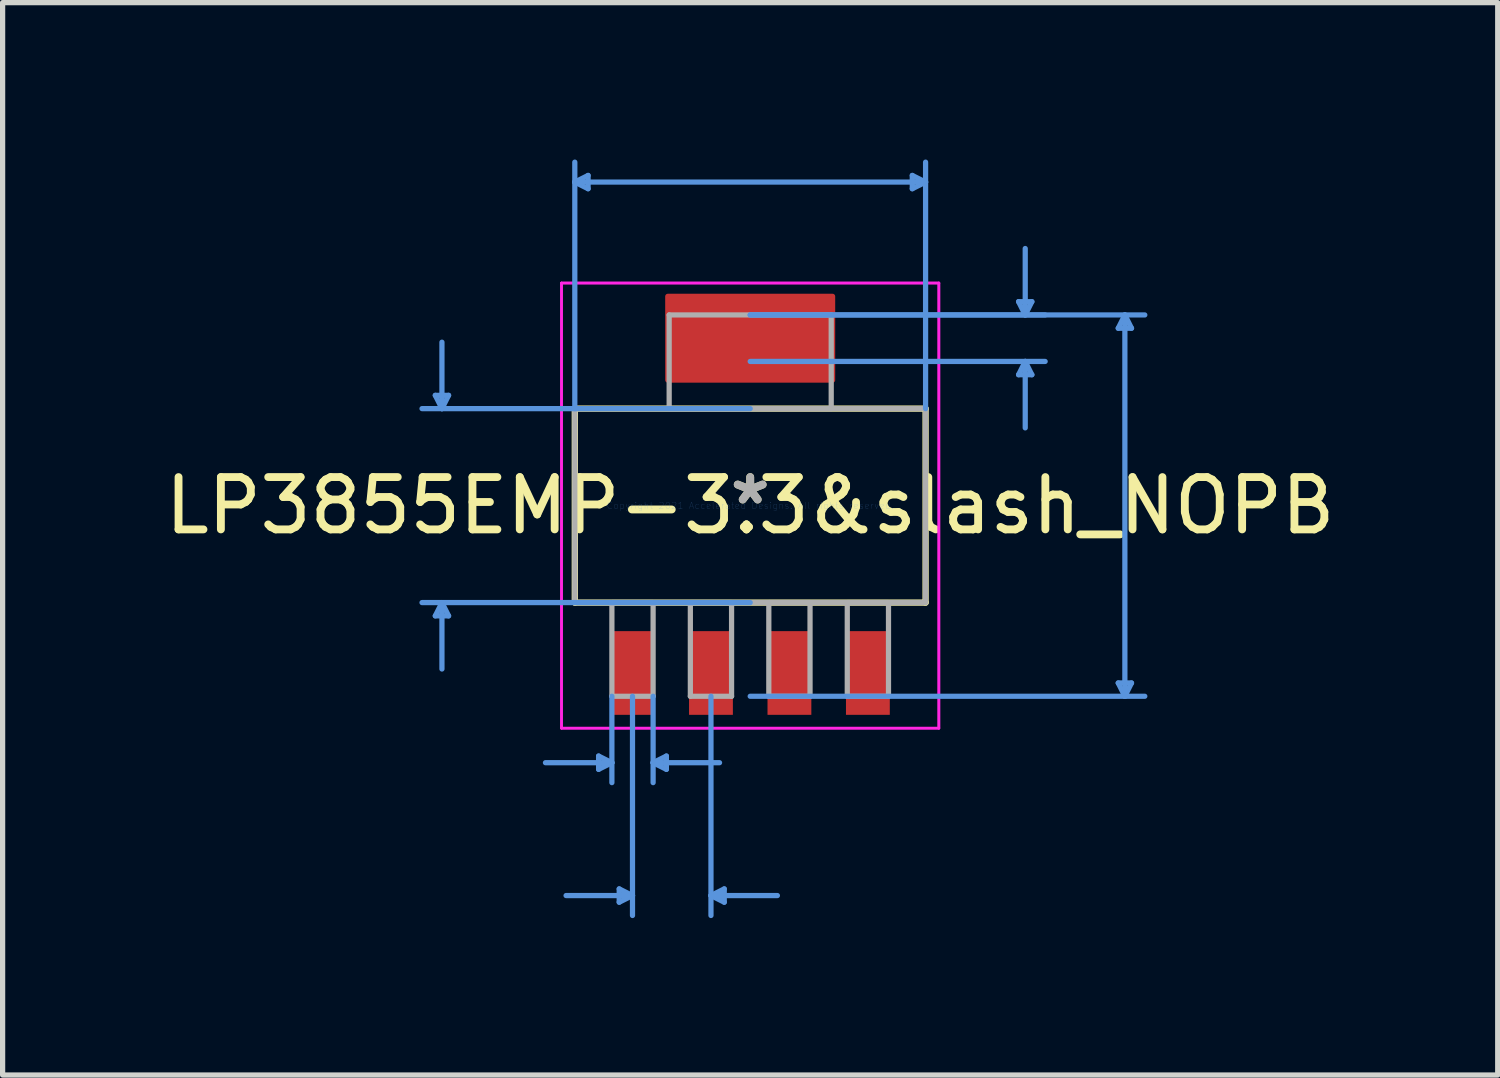
<source format=kicad_pcb>
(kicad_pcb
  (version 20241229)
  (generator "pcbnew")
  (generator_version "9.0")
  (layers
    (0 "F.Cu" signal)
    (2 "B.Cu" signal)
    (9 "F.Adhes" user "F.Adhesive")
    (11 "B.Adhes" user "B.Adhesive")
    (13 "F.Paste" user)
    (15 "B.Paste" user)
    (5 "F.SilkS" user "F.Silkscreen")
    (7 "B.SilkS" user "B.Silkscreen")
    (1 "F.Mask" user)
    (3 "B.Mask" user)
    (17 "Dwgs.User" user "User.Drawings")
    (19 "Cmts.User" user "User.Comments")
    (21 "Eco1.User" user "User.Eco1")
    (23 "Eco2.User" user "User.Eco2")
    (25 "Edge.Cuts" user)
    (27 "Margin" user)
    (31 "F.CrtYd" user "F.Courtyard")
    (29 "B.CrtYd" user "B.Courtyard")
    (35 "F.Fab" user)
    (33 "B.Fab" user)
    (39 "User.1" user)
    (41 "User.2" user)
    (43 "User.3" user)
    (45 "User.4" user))
  (footprint "LP3855EMP-3.3&slash_NOPB"
    (layer "F.Cu")
    (at 11.292 6.616)
    (property "Reference" "LP3855EMP-3.3&slash_NOPB" (at 0 0 0) (layer "F.SilkS") (effects (font (size 1 1) (thickness 0.15))))
    (attr through_hole)
    (fp_poly (pts (xy 1.575 -4) (xy -1.575 -4) (xy -1.575 -2.4) (xy 1.575 -2.4)) (stroke (width 0.1) (type solid)) (fill yes) (layer "F.Cu"))
    (fp_poly (pts (xy 1.6 -4.356) (xy -1.6 -4.356) (xy -1.6 -2.045) (xy 1.6 -2.045)) (stroke (width 0.1) (type solid)) (fill yes) (layer "F.Mask"))
    (fp_line (start -3.353 -1.854) (end -3.353 1.854) (stroke (width 0.12) (type solid)) (layer "F.SilkS"))
    (fp_line (start -3.353 1.854) (end 3.353 1.854) (stroke (width 0.12) (type solid)) (layer "F.SilkS"))
    (fp_line (start 3.353 -1.854) (end -3.353 -1.854) (stroke (width 0.12) (type solid)) (layer "F.SilkS"))
    (fp_line (start 3.353 1.854) (end 3.353 -1.854) (stroke (width 0.12) (type solid)) (layer "F.SilkS"))
    (fp_poly (pts (xy 1.575 -4) (xy -1.575 -4) (xy -1.575 -2.4) (xy 1.575 -2.4)) (stroke (width 0.1) (type solid)) (fill yes) (layer "F.Paste"))
    (fp_line (start -6.02 -2.108) (end -5.766 -2.108) (stroke (width 0.1) (type solid)) (layer "Cmts.User"))
    (fp_line (start -6.02 2.108) (end -5.766 2.108) (stroke (width 0.1) (type solid)) (layer "Cmts.User"))
    (fp_line (start -5.893 -1.854) (end -6.02 -2.108) (stroke (width 0.1) (type solid)) (layer "Cmts.User"))
    (fp_line (start -5.893 -1.854) (end -5.893 -3.124) (stroke (width 0.1) (type solid)) (layer "Cmts.User"))
    (fp_line (start -5.893 -1.854) (end -5.766 -2.108) (stroke (width 0.1) (type solid)) (layer "Cmts.User"))
    (fp_line (start -5.893 1.854) (end -6.02 2.108) (stroke (width 0.1) (type solid)) (layer "Cmts.User"))
    (fp_line (start -5.893 1.854) (end -5.893 3.124) (stroke (width 0.1) (type solid)) (layer "Cmts.User"))
    (fp_line (start -5.893 1.854) (end -5.766 2.108) (stroke (width 0.1) (type solid)) (layer "Cmts.User"))
    (fp_line (start -3.353 -6.185) (end -3.099 -6.312) (stroke (width 0.1) (type solid)) (layer "Cmts.User"))
    (fp_line (start -3.353 -6.185) (end -3.099 -6.058) (stroke (width 0.1) (type solid)) (layer "Cmts.User"))
    (fp_line (start -3.353 -6.185) (end 3.353 -6.185) (stroke (width 0.1) (type solid)) (layer "Cmts.User"))
    (fp_line (start -3.353 -1.854) (end -3.353 -6.566) (stroke (width 0.1) (type solid)) (layer "Cmts.User"))
    (fp_line (start -3.099 -6.312) (end -3.099 -6.058) (stroke (width 0.1) (type solid)) (layer "Cmts.User"))
    (fp_line (start -2.898 4.788) (end -2.898 5.042) (stroke (width 0.1) (type solid)) (layer "Cmts.User"))
    (fp_line (start -2.644 3.645) (end -2.644 5.296) (stroke (width 0.1) (type solid)) (layer "Cmts.User"))
    (fp_line (start -2.644 4.915) (end -3.914 4.915) (stroke (width 0.1) (type solid)) (layer "Cmts.User"))
    (fp_line (start -2.644 4.915) (end -2.898 4.788) (stroke (width 0.1) (type solid)) (layer "Cmts.User"))
    (fp_line (start -2.644 4.915) (end -2.898 5.042) (stroke (width 0.1) (type solid)) (layer "Cmts.User"))
    (fp_line (start -2.504 7.328) (end -2.504 7.582) (stroke (width 0.1) (type solid)) (layer "Cmts.User"))
    (fp_line (start -2.25 3.645) (end -2.25 7.836) (stroke (width 0.1) (type solid)) (layer "Cmts.User"))
    (fp_line (start -2.25 7.455) (end -3.52 7.455) (stroke (width 0.1) (type solid)) (layer "Cmts.User"))
    (fp_line (start -2.25 7.455) (end -2.504 7.328) (stroke (width 0.1) (type solid)) (layer "Cmts.User"))
    (fp_line (start -2.25 7.455) (end -2.504 7.582) (stroke (width 0.1) (type solid)) (layer "Cmts.User"))
    (fp_line (start -1.856 3.645) (end -1.856 5.296) (stroke (width 0.1) (type solid)) (layer "Cmts.User"))
    (fp_line (start -1.856 4.915) (end -1.602 4.788) (stroke (width 0.1) (type solid)) (layer "Cmts.User"))
    (fp_line (start -1.856 4.915) (end -1.602 5.042) (stroke (width 0.1) (type solid)) (layer "Cmts.User"))
    (fp_line (start -1.856 4.915) (end -0.586 4.915) (stroke (width 0.1) (type solid)) (layer "Cmts.User"))
    (fp_line (start -1.602 4.788) (end -1.602 5.042) (stroke (width 0.1) (type solid)) (layer "Cmts.User"))
    (fp_line (start -0.75 3.645) (end -0.75 7.836) (stroke (width 0.1) (type solid)) (layer "Cmts.User"))
    (fp_line (start -0.75 7.455) (end -0.496 7.328) (stroke (width 0.1) (type solid)) (layer "Cmts.User"))
    (fp_line (start -0.75 7.455) (end -0.496 7.582) (stroke (width 0.1) (type solid)) (layer "Cmts.User"))
    (fp_line (start -0.75 7.455) (end 0.52 7.455) (stroke (width 0.1) (type solid)) (layer "Cmts.User"))
    (fp_line (start -0.496 7.328) (end -0.496 7.582) (stroke (width 0.1) (type solid)) (layer "Cmts.User"))
    (fp_line (start 0 -3.645) (end 5.639 -3.645) (stroke (width 0.1) (type solid)) (layer "Cmts.User"))
    (fp_line (start 0 -3.645) (end 7.544 -3.645) (stroke (width 0.1) (type solid)) (layer "Cmts.User"))
    (fp_line (start 0 -2.756) (end 5.639 -2.756) (stroke (width 0.1) (type solid)) (layer "Cmts.User"))
    (fp_line (start 0 -1.854) (end -6.274 -1.854) (stroke (width 0.1) (type solid)) (layer "Cmts.User"))
    (fp_line (start 0 1.854) (end -6.274 1.854) (stroke (width 0.1) (type solid)) (layer "Cmts.User"))
    (fp_line (start 0 3.645) (end 7.544 3.645) (stroke (width 0.1) (type solid)) (layer "Cmts.User"))
    (fp_line (start 3.099 -6.312) (end 3.099 -6.058) (stroke (width 0.1) (type solid)) (layer "Cmts.User"))
    (fp_line (start 3.353 -6.185) (end 3.099 -6.312) (stroke (width 0.1) (type solid)) (layer "Cmts.User"))
    (fp_line (start 3.353 -6.185) (end 3.099 -6.058) (stroke (width 0.1) (type solid)) (layer "Cmts.User"))
    (fp_line (start 3.353 -1.854) (end 3.353 -6.566) (stroke (width 0.1) (type solid)) (layer "Cmts.User"))
    (fp_line (start 5.131 -3.899) (end 5.385 -3.899) (stroke (width 0.1) (type solid)) (layer "Cmts.User"))
    (fp_line (start 5.131 -2.502) (end 5.385 -2.502) (stroke (width 0.1) (type solid)) (layer "Cmts.User"))
    (fp_line (start 5.258 -3.645) (end 5.131 -3.899) (stroke (width 0.1) (type solid)) (layer "Cmts.User"))
    (fp_line (start 5.258 -3.645) (end 5.258 -4.915) (stroke (width 0.1) (type solid)) (layer "Cmts.User"))
    (fp_line (start 5.258 -3.645) (end 5.385 -3.899) (stroke (width 0.1) (type solid)) (layer "Cmts.User"))
    (fp_line (start 5.258 -2.756) (end 5.131 -2.502) (stroke (width 0.1) (type solid)) (layer "Cmts.User"))
    (fp_line (start 5.258 -2.756) (end 5.258 -1.486) (stroke (width 0.1) (type solid)) (layer "Cmts.User"))
    (fp_line (start 5.258 -2.756) (end 5.385 -2.502) (stroke (width 0.1) (type solid)) (layer "Cmts.User"))
    (fp_line (start 7.036 -3.391) (end 7.29 -3.391) (stroke (width 0.1) (type solid)) (layer "Cmts.User"))
    (fp_line (start 7.036 3.391) (end 7.29 3.391) (stroke (width 0.1) (type solid)) (layer "Cmts.User"))
    (fp_line (start 7.163 -3.645) (end 7.036 -3.391) (stroke (width 0.1) (type solid)) (layer "Cmts.User"))
    (fp_line (start 7.163 -3.645) (end 7.163 3.645) (stroke (width 0.1) (type solid)) (layer "Cmts.User"))
    (fp_line (start 7.163 -3.645) (end 7.29 -3.391) (stroke (width 0.1) (type solid)) (layer "Cmts.User"))
    (fp_line (start 7.163 3.645) (end 7.036 3.391) (stroke (width 0.1) (type solid)) (layer "Cmts.User"))
    (fp_line (start 7.163 3.645) (end 7.29 3.391) (stroke (width 0.1) (type solid)) (layer "Cmts.User"))
    (fp_line (start -3.607 -4.255) (end 3.607 -4.255) (stroke (width 0.05) (type solid)) (layer "F.CrtYd"))
    (fp_line (start -3.607 -4.255) (end 3.607 -4.255) (stroke (width 0.05) (type solid)) (layer "F.CrtYd"))
    (fp_line (start -3.607 4.255) (end -3.607 -4.255) (stroke (width 0.05) (type solid)) (layer "F.CrtYd"))
    (fp_line (start -3.607 4.255) (end -3.607 -4.255) (stroke (width 0.05) (type solid)) (layer "F.CrtYd"))
    (fp_line (start 3.607 -4.255) (end 3.607 4.255) (stroke (width 0.05) (type solid)) (layer "F.CrtYd"))
    (fp_line (start 3.607 -4.255) (end 3.607 4.255) (stroke (width 0.05) (type solid)) (layer "F.CrtYd"))
    (fp_line (start 3.607 4.255) (end -3.607 4.255) (stroke (width 0.05) (type solid)) (layer "F.CrtYd"))
    (fp_line (start 3.607 4.255) (end -3.607 4.255) (stroke (width 0.05) (type solid)) (layer "F.CrtYd"))
    (fp_line (start -3.353 -1.854) (end -3.353 1.854) (stroke (width 0.1) (type solid)) (layer "F.Fab"))
    (fp_line (start -3.353 1.854) (end 3.353 1.854) (stroke (width 0.1) (type solid)) (layer "F.Fab"))
    (fp_line (start -2.644 1.854) (end -2.644 3.645) (stroke (width 0.1) (type solid)) (layer "F.Fab"))
    (fp_line (start -2.644 3.645) (end -1.856 3.645) (stroke (width 0.1) (type solid)) (layer "F.Fab"))
    (fp_line (start -1.856 1.854) (end -2.644 1.854) (stroke (width 0.1) (type solid)) (layer "F.Fab"))
    (fp_line (start -1.856 3.645) (end -1.856 1.854) (stroke (width 0.1) (type solid)) (layer "F.Fab"))
    (fp_line (start -1.549 -3.645) (end -1.549 -1.854) (stroke (width 0.1) (type solid)) (layer "F.Fab"))
    (fp_line (start -1.549 -1.854) (end 1.549 -1.854) (stroke (width 0.1) (type solid)) (layer "F.Fab"))
    (fp_line (start -1.144 1.854) (end -1.144 3.645) (stroke (width 0.1) (type solid)) (layer "F.Fab"))
    (fp_line (start -1.144 3.645) (end -0.356 3.645) (stroke (width 0.1) (type solid)) (layer "F.Fab"))
    (fp_line (start -0.356 1.854) (end -1.144 1.854) (stroke (width 0.1) (type solid)) (layer "F.Fab"))
    (fp_line (start -0.356 3.645) (end -0.356 1.854) (stroke (width 0.1) (type solid)) (layer "F.Fab"))
    (fp_line (start 0.356 1.854) (end 0.356 3.645) (stroke (width 0.1) (type solid)) (layer "F.Fab"))
    (fp_line (start 0.356 3.645) (end 1.144 3.645) (stroke (width 0.1) (type solid)) (layer "F.Fab"))
    (fp_line (start 1.144 1.854) (end 0.356 1.854) (stroke (width 0.1) (type solid)) (layer "F.Fab"))
    (fp_line (start 1.144 3.645) (end 1.144 1.854) (stroke (width 0.1) (type solid)) (layer "F.Fab"))
    (fp_line (start 1.549 -3.645) (end -1.549 -3.645) (stroke (width 0.1) (type solid)) (layer "F.Fab"))
    (fp_line (start 1.549 -1.854) (end 1.549 -3.645) (stroke (width 0.1) (type solid)) (layer "F.Fab"))
    (fp_line (start 1.856 1.854) (end 1.856 3.645) (stroke (width 0.1) (type solid)) (layer "F.Fab"))
    (fp_line (start 1.856 3.645) (end 2.644 3.645) (stroke (width 0.1) (type solid)) (layer "F.Fab"))
    (fp_line (start 2.644 1.854) (end 1.856 1.854) (stroke (width 0.1) (type solid)) (layer "F.Fab"))
    (fp_line (start 2.644 3.645) (end 2.644 1.854) (stroke (width 0.1) (type solid)) (layer "F.Fab"))
    (fp_line (start 3.353 -1.854) (end -3.353 -1.854) (stroke (width 0.1) (type solid)) (layer "F.Fab"))
    (fp_line (start 3.353 1.854) (end 3.353 -1.854) (stroke (width 0.1) (type solid)) (layer "F.Fab"))
    (fp_text user "*" (at 0 0 0) (layer "F.SilkS") (effects (font (size 1 1) (thickness 0.15))))
    (fp_text user "Copyright 2021 Accelerated Designs. All rights reserved." (at 0 0 0) (layer "Cmts.User") (effects (font (size 0.127 0.127) (thickness 0.002))))
    (fp_text user "*" (at 0 0 0) (layer "F.Fab") (effects (font (size 1 1) (thickness 0.15))))
    (pad "1" smd rect (at -2.25 3.2) (size 0.838 1.6) (layers "F.Cu" "F.Mask" "F.Paste"))
    (pad "2" smd rect (at -0.75 3.2) (size 0.838 1.6) (layers "F.Cu" "F.Mask" "F.Paste"))
    (pad "3" smd rect (at 0.75 3.2) (size 0.838 1.6) (layers "F.Cu" "F.Mask" "F.Paste"))
    (pad "4" smd rect (at 2.25 3.2) (size 0.838 1.6) (layers "F.Cu" "F.Mask" "F.Paste")))
  (gr_rect
    (start -3 -3)
    (end 25.583 17.502)
    (stroke (width 0.1) (type default))
    (fill no)
    (layer "Edge.Cuts")))
</source>
